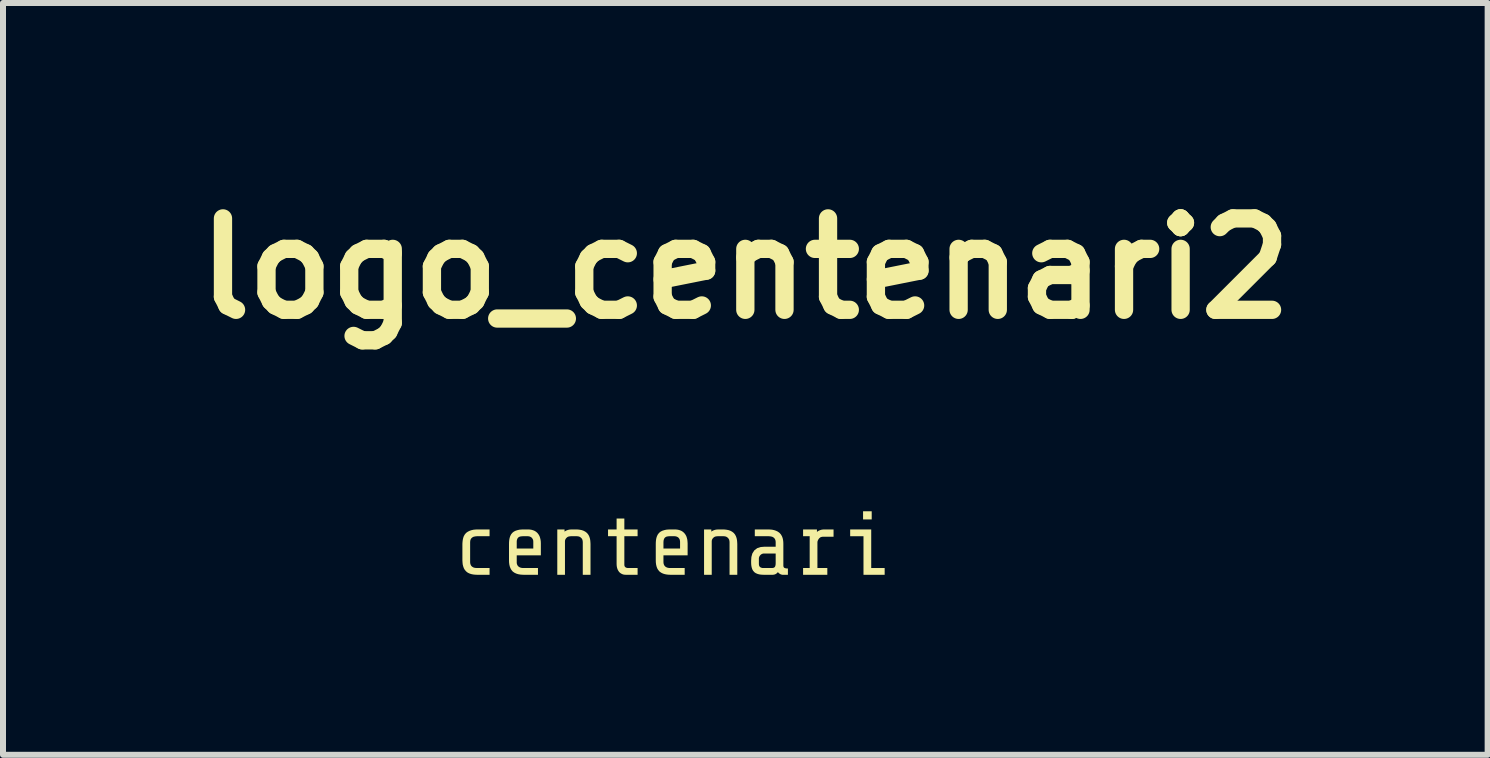
<source format=kicad_pcb>
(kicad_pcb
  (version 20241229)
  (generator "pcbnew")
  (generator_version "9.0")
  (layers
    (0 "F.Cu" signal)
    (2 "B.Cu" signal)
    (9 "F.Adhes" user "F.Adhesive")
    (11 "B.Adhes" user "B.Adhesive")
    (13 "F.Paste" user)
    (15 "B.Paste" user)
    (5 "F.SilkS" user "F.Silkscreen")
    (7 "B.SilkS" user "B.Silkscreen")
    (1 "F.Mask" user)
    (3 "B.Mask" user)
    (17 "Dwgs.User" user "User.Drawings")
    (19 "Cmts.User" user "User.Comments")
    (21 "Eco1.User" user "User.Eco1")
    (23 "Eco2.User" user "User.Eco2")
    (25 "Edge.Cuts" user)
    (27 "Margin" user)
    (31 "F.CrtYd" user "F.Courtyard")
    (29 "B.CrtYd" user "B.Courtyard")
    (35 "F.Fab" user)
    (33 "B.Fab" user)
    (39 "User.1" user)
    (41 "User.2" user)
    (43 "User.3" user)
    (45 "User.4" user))
  (footprint "logo_centenari2"
    (layer "F.Cu")
    (at 9.376 6.212)
    (property "Reference" "logo_centenari2" (at 0 -4.786 0) (layer "F.SilkS") (effects (font (size 1.524 1.524) (thickness 0.305))))
    (attr smd)
    (fp_poly (pts (xy 2.107 -0.738) (xy 2.107 -0.715) (xy 2.107 -0.693) (xy 2.107 -0.67) (xy 2.107 -0.647) (xy 2.107 -0.624) (xy 2.107 -0.602) (xy 2.083 -0.602) (xy 2.059 -0.602) (xy 2.035 -0.602) (xy 2.011 -0.602) (xy 1.987 -0.602) (xy 1.963 -0.602) (xy 1.963 -0.624) (xy 1.963 -0.647) (xy 1.963 -0.669) (xy 1.963 -0.692) (xy 1.963 -0.715) (xy 1.963 -0.738) (xy 1.987 -0.738) (xy 2.01 -0.738) (xy 2.034 -0.738) (xy 2.058 -0.738) (xy 2.082 -0.738) (xy 2.107 -0.738)) (stroke (width 0) (type solid)) (fill yes) (layer "F.SilkS"))
    (fp_poly (pts (xy 1.748 -0.322) (xy 1.748 -0.34) (xy 1.748 -0.359) (xy 1.748 -0.378) (xy 1.748 -0.397) (xy 1.748 -0.416) (xy 1.748 -0.435) (xy 1.807 -0.435) (xy 1.865 -0.435) (xy 1.923 -0.435) (xy 1.982 -0.435) (xy 2.041 -0.435) (xy 2.099 -0.435) (xy 2.099 -0.328) (xy 2.099 -0.22) (xy 2.099 -0.113) (xy 2.099 -0.006) (xy 2.099 0.101) (xy 2.099 0.208) (xy 2.137 0.208) (xy 2.174 0.208) (xy 2.211 0.208) (xy 2.248 0.208) (xy 2.285 0.208) (xy 2.323 0.208) (xy 2.323 0.227) (xy 2.323 0.246) (xy 2.323 0.264) (xy 2.323 0.283) (xy 2.323 0.302) (xy 2.323 0.321) (xy 2.264 0.321) (xy 2.205 0.321) (xy 2.147 0.321) (xy 2.088 0.321) (xy 2.029 0.321) (xy 1.97 0.321) (xy 1.97 0.214) (xy 1.97 0.107) (xy 1.97 -0.000476) (xy 1.97 -0.108) (xy 1.97 -0.215) (xy 1.97 -0.322) (xy 1.933 -0.322) (xy 1.896 -0.322) (xy 1.859 -0.322) (xy 1.822 -0.322) (xy 1.785 -0.322) (xy 1.748 -0.322)) (stroke (width 0) (type solid)) (fill yes) (layer "F.SilkS"))
    (fp_poly (pts (xy -4.459 0.321) (xy -4.494 0.32) (xy -4.528 0.317) (xy -4.562 0.311) (xy -4.595 0.301) (xy -4.627 0.286) (xy -4.654 0.265) (xy -4.676 0.24) (xy -4.693 0.211) (xy -4.704 0.179) (xy -4.712 0.147) (xy -4.715 0.113) (xy -4.717 0.079) (xy -4.717 0.034) (xy -4.717 -0.011) (xy -4.717 -0.057) (xy -4.717 -0.102) (xy -4.717 -0.148) (xy -4.717 -0.193) (xy -4.715 -0.226) (xy -4.711 -0.26) (xy -4.704 -0.292) (xy -4.693 -0.324) (xy -4.676 -0.353) (xy -4.654 -0.378) (xy -4.626 -0.398) (xy -4.595 -0.413) (xy -4.562 -0.424) (xy -4.528 -0.431) (xy -4.494 -0.434) (xy -4.459 -0.435) (xy -4.427 -0.435) (xy -4.394 -0.435) (xy -4.362 -0.435) (xy -4.329 -0.435) (xy -4.297 -0.435) (xy -4.264 -0.435) (xy -4.264 -0.416) (xy -4.264 -0.398) (xy -4.264 -0.379) (xy -4.264 -0.36) (xy -4.264 -0.341) (xy -4.264 -0.322) (xy -4.299 -0.322) (xy -4.334 -0.322) (xy -4.369 -0.322) (xy -4.404 -0.322) (xy -4.439 -0.322) (xy -4.474 -0.322) (xy -4.49 -0.321) (xy -4.504 -0.319) (xy -4.519 -0.316) (xy -4.534 -0.312) (xy -4.547 -0.305) (xy -4.559 -0.296) (xy -4.569 -0.286) (xy -4.576 -0.275) (xy -4.582 -0.263) (xy -4.585 -0.25) (xy -4.587 -0.237) (xy -4.588 -0.223) (xy -4.588 -0.168) (xy -4.588 -0.112) (xy -4.588 -0.057) (xy -4.588 -0.001) (xy -4.588 0.054) (xy -4.588 0.11) (xy -4.587 0.123) (xy -4.585 0.136) (xy -4.581 0.149) (xy -4.576 0.161) (xy -4.568 0.173) (xy -4.559 0.182) (xy -4.547 0.191) (xy -4.534 0.198) (xy -4.519 0.203) (xy -4.504 0.206) (xy -4.489 0.207) (xy -4.474 0.208) (xy -4.439 0.208) (xy -4.404 0.208) (xy -4.369 0.208) (xy -4.334 0.208) (xy -4.299 0.208) (xy -4.264 0.208) (xy -4.264 0.227) (xy -4.264 0.246) (xy -4.264 0.264) (xy -4.264 0.283) (xy -4.264 0.302) (xy -4.264 0.321) (xy -4.297 0.321) (xy -4.329 0.321) (xy -4.362 0.321) (xy -4.394 0.321) (xy -4.427 0.321) (xy -4.459 0.321)) (stroke (width 0) (type solid)) (fill yes) (layer "F.SilkS"))
    (fp_poly (pts (xy -3.014 -0.435) (xy -3.014 -0.429) (xy -3.014 -0.423) (xy -3.014 -0.417) (xy -3.014 -0.411) (xy -3.014 -0.405) (xy -3.014 -0.399) (xy -2.996 -0.411) (xy -2.977 -0.42) (xy -2.957 -0.427) (xy -2.936 -0.432) (xy -2.914 -0.434) (xy -2.893 -0.435) (xy -2.882 -0.435) (xy -2.87 -0.435) (xy -2.858 -0.435) (xy -2.847 -0.435) (xy -2.835 -0.435) (xy -2.823 -0.435) (xy -2.791 -0.434) (xy -2.759 -0.43) (xy -2.727 -0.424) (xy -2.696 -0.413) (xy -2.668 -0.398) (xy -2.642 -0.378) (xy -2.62 -0.352) (xy -2.604 -0.323) (xy -2.593 -0.292) (xy -2.586 -0.259) (xy -2.583 -0.227) (xy -2.581 -0.193) (xy -2.581 -0.107) (xy -2.581 -0.022) (xy -2.581 0.064) (xy -2.581 0.15) (xy -2.581 0.236) (xy -2.581 0.321) (xy -2.603 0.321) (xy -2.624 0.321) (xy -2.645 0.321) (xy -2.667 0.321) (xy -2.688 0.321) (xy -2.71 0.321) (xy -2.71 0.231) (xy -2.71 0.14) (xy -2.71 0.049) (xy -2.71 -0.042) (xy -2.71 -0.133) (xy -2.71 -0.223) (xy -2.711 -0.236) (xy -2.713 -0.249) (xy -2.716 -0.262) (xy -2.721 -0.274) (xy -2.728 -0.285) (xy -2.737 -0.294) (xy -2.747 -0.303) (xy -2.758 -0.31) (xy -2.77 -0.316) (xy -2.782 -0.319) (xy -2.795 -0.321) (xy -2.808 -0.322) (xy -2.825 -0.322) (xy -2.841 -0.322) (xy -2.858 -0.322) (xy -2.875 -0.322) (xy -2.892 -0.322) (xy -2.908 -0.322) (xy -2.922 -0.321) (xy -2.935 -0.319) (xy -2.949 -0.316) (xy -2.961 -0.311) (xy -2.973 -0.303) (xy -2.982 -0.294) (xy -2.989 -0.287) (xy -2.995 -0.278) (xy -3 -0.269) (xy -3.004 -0.259) (xy -3.006 -0.249) (xy -3.007 -0.238) (xy -3.007 -0.145) (xy -3.007 -0.052) (xy -3.007 0.042) (xy -3.007 0.135) (xy -3.007 0.228) (xy -3.007 0.321) (xy -3.028 0.321) (xy -3.049 0.321) (xy -3.071 0.321) (xy -3.092 0.321) (xy -3.114 0.321) (xy -3.135 0.321) (xy -3.135 0.195) (xy -3.135 0.069) (xy -3.135 -0.057) (xy -3.135 -0.183) (xy -3.135 -0.309) (xy -3.135 -0.435) (xy -3.115 -0.435) (xy -3.095 -0.435) (xy -3.075 -0.435) (xy -3.055 -0.435) (xy -3.035 -0.435) (xy -3.014 -0.435)) (stroke (width 0) (type solid)) (fill yes) (layer "F.SilkS"))
    (fp_poly (pts (xy -0.567 -0.435) (xy -0.567 -0.429) (xy -0.567 -0.423) (xy -0.567 -0.417) (xy -0.567 -0.411) (xy -0.567 -0.405) (xy -0.567 -0.399) (xy -0.549 -0.411) (xy -0.53 -0.42) (xy -0.51 -0.427) (xy -0.489 -0.432) (xy -0.468 -0.434) (xy -0.446 -0.435) (xy -0.435 -0.435) (xy -0.423 -0.435) (xy -0.411 -0.435) (xy -0.4 -0.435) (xy -0.388 -0.435) (xy -0.377 -0.435) (xy -0.344 -0.434) (xy -0.312 -0.43) (xy -0.28 -0.424) (xy -0.249 -0.413) (xy -0.221 -0.398) (xy -0.195 -0.378) (xy -0.173 -0.352) (xy -0.157 -0.323) (xy -0.146 -0.292) (xy -0.139 -0.259) (xy -0.136 -0.227) (xy -0.134 -0.193) (xy -0.134 -0.107) (xy -0.134 -0.022) (xy -0.134 0.064) (xy -0.134 0.15) (xy -0.134 0.236) (xy -0.134 0.321) (xy -0.156 0.321) (xy -0.177 0.321) (xy -0.198 0.321) (xy -0.22 0.321) (xy -0.241 0.321) (xy -0.263 0.321) (xy -0.263 0.231) (xy -0.263 0.14) (xy -0.263 0.049) (xy -0.263 -0.042) (xy -0.263 -0.133) (xy -0.263 -0.223) (xy -0.264 -0.236) (xy -0.266 -0.249) (xy -0.269 -0.262) (xy -0.275 -0.274) (xy -0.282 -0.285) (xy -0.29 -0.294) (xy -0.3 -0.303) (xy -0.311 -0.31) (xy -0.323 -0.316) (xy -0.336 -0.319) (xy -0.348 -0.321) (xy -0.361 -0.322) (xy -0.378 -0.322) (xy -0.395 -0.322) (xy -0.411 -0.322) (xy -0.428 -0.322) (xy -0.445 -0.322) (xy -0.461 -0.322) (xy -0.475 -0.321) (xy -0.489 -0.319) (xy -0.502 -0.316) (xy -0.514 -0.311) (xy -0.526 -0.303) (xy -0.535 -0.294) (xy -0.542 -0.287) (xy -0.548 -0.278) (xy -0.553 -0.269) (xy -0.557 -0.259) (xy -0.559 -0.249) (xy -0.56 -0.238) (xy -0.56 -0.145) (xy -0.56 -0.052) (xy -0.56 0.042) (xy -0.56 0.135) (xy -0.56 0.228) (xy -0.56 0.321) (xy -0.581 0.321) (xy -0.602 0.321) (xy -0.624 0.321) (xy -0.645 0.321) (xy -0.667 0.321) (xy -0.688 0.321) (xy -0.688 0.195) (xy -0.688 0.069) (xy -0.688 -0.057) (xy -0.688 -0.183) (xy -0.688 -0.309) (xy -0.688 -0.435) (xy -0.668 -0.435) (xy -0.648 -0.435) (xy -0.628 -0.435) (xy -0.608 -0.435) (xy -0.588 -0.435) (xy -0.567 -0.435)) (stroke (width 0) (type solid)) (fill yes) (layer "F.SilkS"))
    (fp_poly (pts (xy 1.073 0.208) (xy 1.073 0.12) (xy 1.073 0.031) (xy 1.073 -0.057) (xy 1.073 -0.145) (xy 1.073 -0.233) (xy 1.073 -0.322) (xy 1.055 -0.322) (xy 1.037 -0.322) (xy 1.018 -0.322) (xy 1 -0.322) (xy 0.981 -0.322) (xy 0.963 -0.322) (xy 0.963 -0.34) (xy 0.963 -0.359) (xy 0.963 -0.378) (xy 0.963 -0.397) (xy 0.963 -0.416) (xy 0.963 -0.435) (xy 1.001 -0.435) (xy 1.04 -0.435) (xy 1.078 -0.435) (xy 1.117 -0.435) (xy 1.155 -0.435) (xy 1.194 -0.435) (xy 1.194 -0.428) (xy 1.194 -0.422) (xy 1.194 -0.415) (xy 1.194 -0.408) (xy 1.194 -0.401) (xy 1.194 -0.394) (xy 1.212 -0.407) (xy 1.231 -0.417) (xy 1.251 -0.425) (xy 1.272 -0.431) (xy 1.294 -0.434) (xy 1.315 -0.435) (xy 1.341 -0.435) (xy 1.367 -0.435) (xy 1.393 -0.435) (xy 1.419 -0.435) (xy 1.445 -0.435) (xy 1.471 -0.435) (xy 1.471 -0.415) (xy 1.471 -0.395) (xy 1.471 -0.375) (xy 1.471 -0.355) (xy 1.471 -0.334) (xy 1.471 -0.314) (xy 1.443 -0.314) (xy 1.414 -0.314) (xy 1.386 -0.314) (xy 1.357 -0.314) (xy 1.329 -0.314) (xy 1.3 -0.314) (xy 1.286 -0.313) (xy 1.273 -0.311) (xy 1.259 -0.307) (xy 1.248 -0.301) (xy 1.237 -0.292) (xy 1.227 -0.282) (xy 1.221 -0.273) (xy 1.215 -0.263) (xy 1.21 -0.253) (xy 1.206 -0.243) (xy 1.203 -0.232) (xy 1.202 -0.22) (xy 1.202 -0.149) (xy 1.202 -0.078) (xy 1.202 -0.006) (xy 1.202 0.065) (xy 1.202 0.137) (xy 1.202 0.208) (xy 1.229 0.208) (xy 1.256 0.208) (xy 1.284 0.208) (xy 1.311 0.208) (xy 1.339 0.208) (xy 1.367 0.208) (xy 1.367 0.227) (xy 1.367 0.246) (xy 1.367 0.264) (xy 1.367 0.283) (xy 1.367 0.302) (xy 1.367 0.321) (xy 1.299 0.321) (xy 1.232 0.321) (xy 1.165 0.321) (xy 1.097 0.321) (xy 1.03 0.321) (xy 0.963 0.321) (xy 0.963 0.303) (xy 0.963 0.284) (xy 0.963 0.265) (xy 0.963 0.246) (xy 0.963 0.227) (xy 0.963 0.208) (xy 0.981 0.208) (xy 0.999 0.208) (xy 1.018 0.208) (xy 1.036 0.208) (xy 1.055 0.208) (xy 1.073 0.208)) (stroke (width 0) (type solid)) (fill yes) (layer "F.SilkS"))
    (fp_poly (pts (xy -1.987 0.321) (xy -2.009 0.32) (xy -2.031 0.317) (xy -2.052 0.31) (xy -2.071 0.3) (xy -2.089 0.288) (xy -2.105 0.272) (xy -2.118 0.253) (xy -2.129 0.232) (xy -2.137 0.209) (xy -2.142 0.187) (xy -2.145 0.163) (xy -2.146 0.14) (xy -2.146 0.063) (xy -2.146 -0.014) (xy -2.146 -0.091) (xy -2.146 -0.168) (xy -2.146 -0.245) (xy -2.146 -0.322) (xy -2.169 -0.322) (xy -2.193 -0.322) (xy -2.217 -0.322) (xy -2.241 -0.322) (xy -2.265 -0.322) (xy -2.289 -0.322) (xy -2.289 -0.34) (xy -2.289 -0.359) (xy -2.289 -0.378) (xy -2.289 -0.397) (xy -2.289 -0.416) (xy -2.289 -0.435) (xy -2.266 -0.435) (xy -2.242 -0.435) (xy -2.218 -0.435) (xy -2.194 -0.435) (xy -2.17 -0.435) (xy -2.146 -0.435) (xy -2.146 -0.465) (xy -2.146 -0.496) (xy -2.146 -0.526) (xy -2.146 -0.556) (xy -2.146 -0.586) (xy -2.146 -0.617) (xy -2.124 -0.617) (xy -2.103 -0.617) (xy -2.082 -0.617) (xy -2.06 -0.617) (xy -2.039 -0.617) (xy -2.017 -0.617) (xy -2.017 -0.586) (xy -2.017 -0.556) (xy -2.017 -0.526) (xy -2.017 -0.496) (xy -2.017 -0.466) (xy -2.017 -0.435) (xy -1.98 -0.435) (xy -1.943 -0.435) (xy -1.907 -0.435) (xy -1.87 -0.435) (xy -1.833 -0.435) (xy -1.796 -0.435) (xy -1.796 -0.416) (xy -1.796 -0.398) (xy -1.796 -0.379) (xy -1.796 -0.36) (xy -1.796 -0.341) (xy -1.796 -0.322) (xy -1.833 -0.322) (xy -1.87 -0.322) (xy -1.906 -0.322) (xy -1.943 -0.322) (xy -1.98 -0.322) (xy -2.017 -0.322) (xy -2.017 -0.244) (xy -2.017 -0.165) (xy -2.017 -0.087) (xy -2.017 -0.009) (xy -2.017 0.069) (xy -2.017 0.147) (xy -2.017 0.156) (xy -2.016 0.165) (xy -2.014 0.173) (xy -2.011 0.181) (xy -2.006 0.188) (xy -2 0.194) (xy -1.993 0.199) (xy -1.985 0.203) (xy -1.976 0.205) (xy -1.967 0.207) (xy -1.958 0.208) (xy -1.949 0.208) (xy -1.924 0.208) (xy -1.898 0.208) (xy -1.873 0.208) (xy -1.847 0.208) (xy -1.822 0.208) (xy -1.796 0.208) (xy -1.796 0.227) (xy -1.796 0.246) (xy -1.796 0.264) (xy -1.796 0.283) (xy -1.796 0.302) (xy -1.796 0.321) (xy -1.828 0.321) (xy -1.86 0.321) (xy -1.891 0.321) (xy -1.923 0.321) (xy -1.955 0.321) (xy -1.987 0.321)) (stroke (width 0) (type solid)) (fill yes) (layer "F.SilkS"))
    (fp_poly (pts (xy -3.698 -0.435) (xy -3.713 -0.322) (xy -3.699 -0.322) (xy -3.684 -0.322) (xy -3.669 -0.322) (xy -3.655 -0.322) (xy -3.64 -0.322) (xy -3.625 -0.322) (xy -3.613 -0.321) (xy -3.601 -0.319) (xy -3.59 -0.315) (xy -3.579 -0.31) (xy -3.569 -0.304) (xy -3.56 -0.296) (xy -3.553 -0.287) (xy -3.546 -0.277) (xy -3.541 -0.266) (xy -3.537 -0.254) (xy -3.536 -0.242) (xy -3.535 -0.231) (xy -3.535 -0.212) (xy -3.535 -0.193) (xy -3.535 -0.174) (xy -3.535 -0.155) (xy -3.535 -0.136) (xy -3.535 -0.117) (xy -3.581 -0.117) (xy -3.627 -0.117) (xy -3.673 -0.117) (xy -3.719 -0.117) (xy -3.766 -0.117) (xy -3.811 -0.117) (xy -3.811 -0.135) (xy -3.811 -0.152) (xy -3.811 -0.17) (xy -3.811 -0.188) (xy -3.811 -0.205) (xy -3.811 -0.223) (xy -3.811 -0.236) (xy -3.81 -0.249) (xy -3.807 -0.262) (xy -3.803 -0.274) (xy -3.798 -0.285) (xy -3.79 -0.296) (xy -3.78 -0.305) (xy -3.768 -0.312) (xy -3.755 -0.317) (xy -3.741 -0.319) (xy -3.727 -0.321) (xy -3.713 -0.322) (xy -3.698 -0.435) (xy -3.731 -0.434) (xy -3.765 -0.431) (xy -3.797 -0.424) (xy -3.829 -0.414) (xy -3.859 -0.399) (xy -3.884 -0.379) (xy -3.905 -0.353) (xy -3.92 -0.323) (xy -3.93 -0.292) (xy -3.936 -0.259) (xy -3.939 -0.226) (xy -3.94 -0.193) (xy -3.94 -0.147) (xy -3.94 -0.102) (xy -3.94 -0.057) (xy -3.94 -0.011) (xy -3.94 0.034) (xy -3.94 0.079) (xy -3.939 0.113) (xy -3.935 0.147) (xy -3.928 0.179) (xy -3.916 0.211) (xy -3.9 0.24) (xy -3.878 0.266) (xy -3.85 0.286) (xy -3.819 0.301) (xy -3.786 0.311) (xy -3.752 0.317) (xy -3.718 0.32) (xy -3.683 0.321) (xy -3.645 0.321) (xy -3.608 0.321) (xy -3.57 0.321) (xy -3.533 0.321) (xy -3.495 0.321) (xy -3.457 0.321) (xy -3.457 0.303) (xy -3.457 0.284) (xy -3.457 0.265) (xy -3.457 0.246) (xy -3.457 0.227) (xy -3.457 0.208) (xy -3.498 0.208) (xy -3.538 0.208) (xy -3.578 0.208) (xy -3.618 0.208) (xy -3.658 0.208) (xy -3.698 0.208) (xy -3.713 0.208) (xy -3.728 0.206) (xy -3.743 0.203) (xy -3.757 0.198) (xy -3.771 0.191) (xy -3.783 0.182) (xy -3.792 0.172) (xy -3.8 0.161) (xy -3.805 0.149) (xy -3.809 0.136) (xy -3.811 0.123) (xy -3.811 0.109) (xy -3.811 0.091) (xy -3.811 0.072) (xy -3.811 0.053) (xy -3.811 0.034) (xy -3.811 0.015) (xy -3.811 -0.004) (xy -3.745 -0.004) (xy -3.677 -0.004) (xy -3.61 -0.004) (xy -3.543 -0.004) (xy -3.476 -0.004) (xy -3.409 -0.004) (xy -3.409 -0.037) (xy -3.409 -0.069) (xy -3.409 -0.102) (xy -3.409 -0.135) (xy -3.409 -0.168) (xy -3.409 -0.201) (xy -3.41 -0.232) (xy -3.414 -0.263) (xy -3.421 -0.293) (xy -3.431 -0.323) (xy -3.446 -0.35) (xy -3.465 -0.375) (xy -3.487 -0.395) (xy -3.512 -0.411) (xy -3.539 -0.422) (xy -3.568 -0.43) (xy -3.597 -0.434) (xy -3.627 -0.435) (xy -3.639 -0.435) (xy -3.651 -0.435) (xy -3.663 -0.435) (xy -3.675 -0.435) (xy -3.686 -0.435) (xy -3.698 -0.435)) (stroke (width 0) (type solid)) (fill yes) (layer "F.SilkS"))
    (fp_poly (pts (xy -1.251 -0.435) (xy -1.266 -0.322) (xy -1.252 -0.322) (xy -1.237 -0.322) (xy -1.222 -0.322) (xy -1.208 -0.322) (xy -1.193 -0.322) (xy -1.178 -0.322) (xy -1.167 -0.321) (xy -1.155 -0.319) (xy -1.143 -0.315) (xy -1.132 -0.31) (xy -1.122 -0.304) (xy -1.113 -0.296) (xy -1.106 -0.287) (xy -1.099 -0.277) (xy -1.094 -0.266) (xy -1.091 -0.254) (xy -1.089 -0.242) (xy -1.088 -0.231) (xy -1.088 -0.212) (xy -1.088 -0.193) (xy -1.088 -0.174) (xy -1.088 -0.155) (xy -1.088 -0.136) (xy -1.088 -0.117) (xy -1.134 -0.117) (xy -1.18 -0.117) (xy -1.226 -0.117) (xy -1.272 -0.117) (xy -1.319 -0.117) (xy -1.365 -0.117) (xy -1.365 -0.135) (xy -1.365 -0.152) (xy -1.365 -0.17) (xy -1.365 -0.188) (xy -1.365 -0.205) (xy -1.365 -0.223) (xy -1.364 -0.236) (xy -1.363 -0.249) (xy -1.36 -0.262) (xy -1.356 -0.274) (xy -1.351 -0.285) (xy -1.343 -0.296) (xy -1.333 -0.305) (xy -1.321 -0.312) (xy -1.308 -0.317) (xy -1.294 -0.319) (xy -1.281 -0.321) (xy -1.266 -0.322) (xy -1.251 -0.435) (xy -1.285 -0.434) (xy -1.318 -0.431) (xy -1.35 -0.424) (xy -1.382 -0.414) (xy -1.412 -0.399) (xy -1.437 -0.379) (xy -1.458 -0.353) (xy -1.473 -0.323) (xy -1.483 -0.292) (xy -1.489 -0.259) (xy -1.492 -0.226) (xy -1.493 -0.193) (xy -1.493 -0.147) (xy -1.493 -0.102) (xy -1.493 -0.057) (xy -1.493 -0.011) (xy -1.493 0.034) (xy -1.493 0.079) (xy -1.492 0.113) (xy -1.488 0.147) (xy -1.481 0.179) (xy -1.47 0.211) (xy -1.453 0.24) (xy -1.431 0.266) (xy -1.403 0.286) (xy -1.372 0.301) (xy -1.339 0.311) (xy -1.305 0.317) (xy -1.271 0.32) (xy -1.236 0.321) (xy -1.198 0.321) (xy -1.161 0.321) (xy -1.123 0.321) (xy -1.086 0.321) (xy -1.048 0.321) (xy -1.011 0.321) (xy -1.011 0.303) (xy -1.011 0.284) (xy -1.011 0.265) (xy -1.011 0.246) (xy -1.011 0.227) (xy -1.011 0.208) (xy -1.051 0.208) (xy -1.091 0.208) (xy -1.131 0.208) (xy -1.171 0.208) (xy -1.211 0.208) (xy -1.251 0.208) (xy -1.267 0.208) (xy -1.281 0.206) (xy -1.296 0.203) (xy -1.31 0.198) (xy -1.324 0.191) (xy -1.336 0.182) (xy -1.345 0.172) (xy -1.353 0.161) (xy -1.358 0.149) (xy -1.362 0.136) (xy -1.364 0.123) (xy -1.365 0.109) (xy -1.365 0.091) (xy -1.365 0.072) (xy -1.365 0.053) (xy -1.365 0.034) (xy -1.365 0.015) (xy -1.365 -0.004) (xy -1.298 -0.004) (xy -1.231 -0.004) (xy -1.163 -0.004) (xy -1.096 -0.004) (xy -1.029 -0.004) (xy -0.962 -0.004) (xy -0.962 -0.037) (xy -0.962 -0.069) (xy -0.962 -0.102) (xy -0.962 -0.135) (xy -0.962 -0.168) (xy -0.962 -0.201) (xy -0.964 -0.232) (xy -0.967 -0.263) (xy -0.974 -0.293) (xy -0.984 -0.323) (xy -0.999 -0.35) (xy -1.018 -0.375) (xy -1.04 -0.395) (xy -1.065 -0.411) (xy -1.092 -0.422) (xy -1.121 -0.43) (xy -1.15 -0.434) (xy -1.18 -0.435) (xy -1.192 -0.435) (xy -1.204 -0.435) (xy -1.216 -0.435) (xy -1.228 -0.435) (xy -1.239 -0.435) (xy -1.251 -0.435)) (stroke (width 0) (type solid)) (fill yes) (layer "F.SilkS"))
    (fp_poly (pts (xy 0.158 -0.435) (xy 0.158 -0.416) (xy 0.158 -0.398) (xy 0.158 -0.379) (xy 0.158 -0.36) (xy 0.158 -0.341) (xy 0.158 -0.322) (xy 0.197 -0.322) (xy 0.236 -0.322) (xy 0.275 -0.322) (xy 0.314 -0.322) (xy 0.353 -0.322) (xy 0.392 -0.322) (xy 0.407 -0.321) (xy 0.422 -0.319) (xy 0.437 -0.316) (xy 0.451 -0.312) (xy 0.464 -0.305) (xy 0.477 -0.296) (xy 0.486 -0.286) (xy 0.494 -0.275) (xy 0.499 -0.263) (xy 0.503 -0.25) (xy 0.505 -0.237) (xy 0.506 -0.223) (xy 0.506 -0.211) (xy 0.506 -0.198) (xy 0.506 -0.185) (xy 0.506 -0.173) (xy 0.506 -0.16) (xy 0.506 -0.147) (xy 0.317 -0.034) (xy 0.348 -0.034) (xy 0.38 -0.034) (xy 0.411 -0.034) (xy 0.443 -0.034) (xy 0.474 -0.034) (xy 0.506 -0.034) (xy 0.506 -0.007) (xy 0.506 0.021) (xy 0.506 0.049) (xy 0.506 0.076) (xy 0.506 0.104) (xy 0.506 0.132) (xy 0.505 0.142) (xy 0.505 0.151) (xy 0.503 0.161) (xy 0.501 0.17) (xy 0.498 0.179) (xy 0.494 0.187) (xy 0.487 0.195) (xy 0.478 0.201) (xy 0.468 0.205) (xy 0.457 0.207) (xy 0.446 0.208) (xy 0.436 0.208) (xy 0.414 0.208) (xy 0.391 0.208) (xy 0.369 0.208) (xy 0.347 0.208) (xy 0.324 0.208) (xy 0.302 0.208) (xy 0.291 0.208) (xy 0.281 0.207) (xy 0.271 0.204) (xy 0.261 0.201) (xy 0.252 0.196) (xy 0.244 0.19) (xy 0.237 0.182) (xy 0.232 0.173) (xy 0.229 0.163) (xy 0.227 0.153) (xy 0.226 0.142) (xy 0.226 0.132) (xy 0.226 0.12) (xy 0.226 0.107) (xy 0.226 0.094) (xy 0.226 0.082) (xy 0.226 0.069) (xy 0.226 0.057) (xy 0.226 0.045) (xy 0.228 0.033) (xy 0.232 0.021) (xy 0.237 0.01) (xy 0.244 0.001) (xy 0.251 -0.008) (xy 0.26 -0.016) (xy 0.27 -0.023) (xy 0.281 -0.028) (xy 0.293 -0.032) (xy 0.305 -0.034) (xy 0.317 -0.034) (xy 0.506 -0.147) (xy 0.474 -0.147) (xy 0.443 -0.147) (xy 0.412 -0.147) (xy 0.381 -0.147) (xy 0.35 -0.147) (xy 0.318 -0.147) (xy 0.257 -0.142) (xy 0.198 -0.123) (xy 0.15 -0.086) (xy 0.117 -0.034) (xy 0.101 0.025) (xy 0.097 0.087) (xy 0.097 0.092) (xy 0.097 0.097) (xy 0.097 0.102) (xy 0.097 0.107) (xy 0.097 0.112) (xy 0.097 0.117) (xy 0.098 0.146) (xy 0.101 0.174) (xy 0.107 0.202) (xy 0.116 0.229) (xy 0.13 0.254) (xy 0.149 0.276) (xy 0.173 0.293) (xy 0.2 0.305) (xy 0.228 0.313) (xy 0.257 0.318) (xy 0.287 0.32) (xy 0.317 0.321) (xy 0.339 0.321) (xy 0.361 0.321) (xy 0.384 0.321) (xy 0.406 0.321) (xy 0.429 0.321) (xy 0.451 0.321) (xy 0.469 0.32) (xy 0.487 0.316) (xy 0.503 0.31) (xy 0.518 0.301) (xy 0.532 0.289) (xy 0.543 0.276) (xy 0.549 0.283) (xy 0.555 0.289) (xy 0.561 0.295) (xy 0.568 0.3) (xy 0.575 0.305) (xy 0.583 0.309) (xy 0.589 0.313) (xy 0.597 0.315) (xy 0.604 0.318) (xy 0.611 0.32) (xy 0.619 0.321) (xy 0.627 0.321) (xy 0.64 0.321) (xy 0.654 0.321) (xy 0.668 0.321) (xy 0.682 0.321) (xy 0.696 0.321) (xy 0.71 0.321) (xy 0.71 0.304) (xy 0.71 0.286) (xy 0.71 0.269) (xy 0.71 0.251) (xy 0.71 0.233) (xy 0.71 0.215) (xy 0.7 0.215) (xy 0.69 0.215) (xy 0.68 0.214) (xy 0.67 0.212) (xy 0.66 0.209) (xy 0.651 0.205) (xy 0.646 0.201) (xy 0.641 0.196) (xy 0.638 0.19) (xy 0.636 0.183) (xy 0.635 0.177) (xy 0.634 0.17) (xy 0.634 0.109) (xy 0.634 0.049) (xy 0.634 -0.011) (xy 0.634 -0.072) (xy 0.634 -0.132) (xy 0.634 -0.193) (xy 0.633 -0.226) (xy 0.629 -0.26) (xy 0.622 -0.292) (xy 0.61 -0.323) (xy 0.593 -0.352) (xy 0.571 -0.377) (xy 0.543 -0.398) (xy 0.512 -0.413) (xy 0.48 -0.424) (xy 0.446 -0.431) (xy 0.412 -0.434) (xy 0.377 -0.435) (xy 0.34 -0.435) (xy 0.304 -0.435) (xy 0.268 -0.435) (xy 0.231 -0.435) (xy 0.195 -0.435) (xy 0.158 -0.435)) (stroke (width 0) (type solid)) (fill yes) (layer "F.SilkS")))
  (gr_rect
    (start -3 -3)
    (end 21.752 9.534)
    (stroke (width 0.1) (type default))
    (fill no)
    (layer "Edge.Cuts")))
</source>
